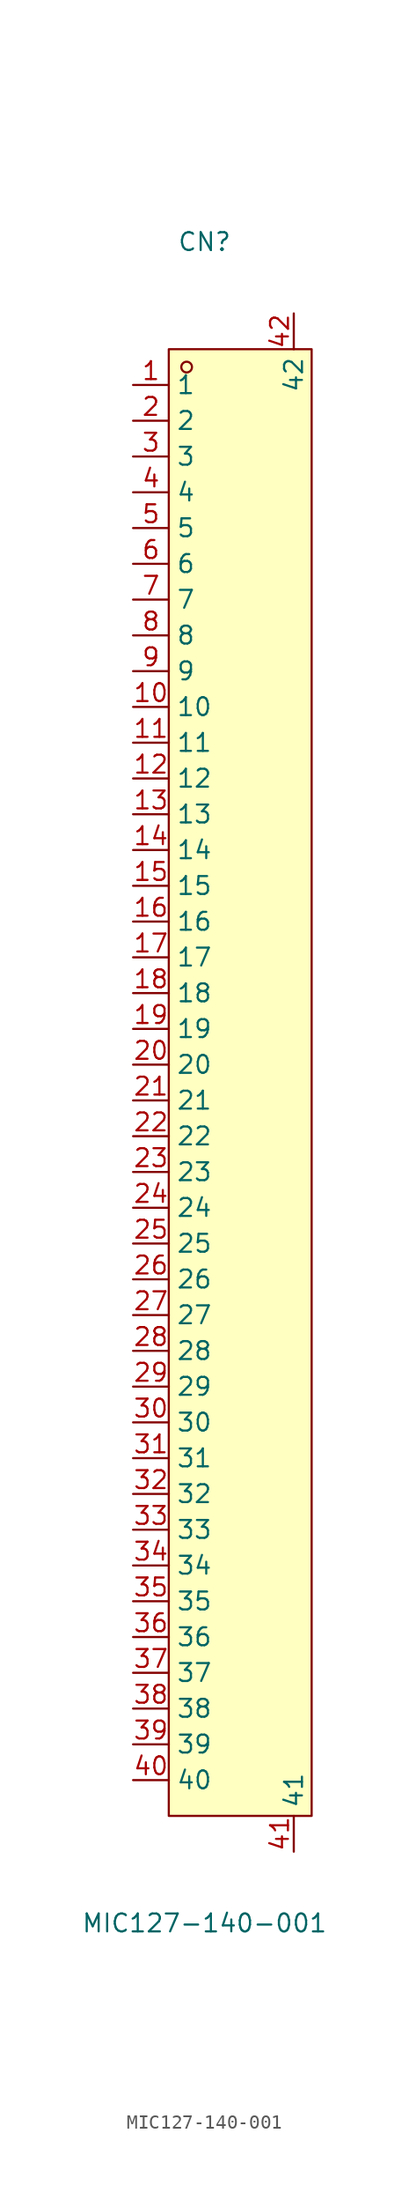
<source format=kicad_sym>
(kicad_symbol_lib
  (version 20211014)
  (generator https://github.com/uPesy/easyeda2kicad.py)
  (symbol "MIC127-140-001"
    (property "Reference" "CN"
      (at 0 59.69 0)
      (effects (font (size 1.27 1.27))))
    (property "Value" "MIC127-140-001"
      (at 0 -59.69 0)
      (effects (font (size 1.27 1.27))))
    (symbol "MIC127-140-001_0_1"
      (rectangle (start -2.54 52.07) (end 7.62 -52.07) (stroke (width 0) (type default) (color 0 0 0 0)) (fill (type background)))
      (circle (center -1.27 50.80) (radius 0.38) (stroke (width 0) (type default) (color 0 0 0 0)) (fill (type none)))
      (pin unspecified line (at -5.08 49.53 0) (length 2.54) (name "1" (effects (font (size 1.27 1.27)))) (number "1" (effects (font (size 1.27 1.27)))))
      (pin unspecified line (at -5.08 46.99 0) (length 2.54) (name "2" (effects (font (size 1.27 1.27)))) (number "2" (effects (font (size 1.27 1.27)))))
      (pin unspecified line (at -5.08 44.45 0) (length 2.54) (name "3" (effects (font (size 1.27 1.27)))) (number "3" (effects (font (size 1.27 1.27)))))
      (pin unspecified line (at -5.08 41.91 0) (length 2.54) (name "4" (effects (font (size 1.27 1.27)))) (number "4" (effects (font (size 1.27 1.27)))))
      (pin unspecified line (at -5.08 39.37 0) (length 2.54) (name "5" (effects (font (size 1.27 1.27)))) (number "5" (effects (font (size 1.27 1.27)))))
      (pin unspecified line (at -5.08 36.83 0) (length 2.54) (name "6" (effects (font (size 1.27 1.27)))) (number "6" (effects (font (size 1.27 1.27)))))
      (pin unspecified line (at -5.08 34.29 0) (length 2.54) (name "7" (effects (font (size 1.27 1.27)))) (number "7" (effects (font (size 1.27 1.27)))))
      (pin unspecified line (at -5.08 31.75 0) (length 2.54) (name "8" (effects (font (size 1.27 1.27)))) (number "8" (effects (font (size 1.27 1.27)))))
      (pin unspecified line (at -5.08 29.21 0) (length 2.54) (name "9" (effects (font (size 1.27 1.27)))) (number "9" (effects (font (size 1.27 1.27)))))
      (pin unspecified line (at -5.08 26.67 0) (length 2.54) (name "10" (effects (font (size 1.27 1.27)))) (number "10" (effects (font (size 1.27 1.27)))))
      (pin unspecified line (at -5.08 24.13 0) (length 2.54) (name "11" (effects (font (size 1.27 1.27)))) (number "11" (effects (font (size 1.27 1.27)))))
      (pin unspecified line (at -5.08 21.59 0) (length 2.54) (name "12" (effects (font (size 1.27 1.27)))) (number "12" (effects (font (size 1.27 1.27)))))
      (pin unspecified line (at -5.08 19.05 0) (length 2.54) (name "13" (effects (font (size 1.27 1.27)))) (number "13" (effects (font (size 1.27 1.27)))))
      (pin unspecified line (at -5.08 16.51 0) (length 2.54) (name "14" (effects (font (size 1.27 1.27)))) (number "14" (effects (font (size 1.27 1.27)))))
      (pin unspecified line (at -5.08 13.97 0) (length 2.54) (name "15" (effects (font (size 1.27 1.27)))) (number "15" (effects (font (size 1.27 1.27)))))
      (pin unspecified line (at -5.08 11.43 0) (length 2.54) (name "16" (effects (font (size 1.27 1.27)))) (number "16" (effects (font (size 1.27 1.27)))))
      (pin unspecified line (at -5.08 8.89 0) (length 2.54) (name "17" (effects (font (size 1.27 1.27)))) (number "17" (effects (font (size 1.27 1.27)))))
      (pin unspecified line (at -5.08 6.35 0) (length 2.54) (name "18" (effects (font (size 1.27 1.27)))) (number "18" (effects (font (size 1.27 1.27)))))
      (pin unspecified line (at -5.08 3.81 0) (length 2.54) (name "19" (effects (font (size 1.27 1.27)))) (number "19" (effects (font (size 1.27 1.27)))))
      (pin unspecified line (at -5.08 1.27 0) (length 2.54) (name "20" (effects (font (size 1.27 1.27)))) (number "20" (effects (font (size 1.27 1.27)))))
      (pin unspecified line (at -5.08 -1.27 0) (length 2.54) (name "21" (effects (font (size 1.27 1.27)))) (number "21" (effects (font (size 1.27 1.27)))))
      (pin unspecified line (at -5.08 -3.81 0) (length 2.54) (name "22" (effects (font (size 1.27 1.27)))) (number "22" (effects (font (size 1.27 1.27)))))
      (pin unspecified line (at -5.08 -6.35 0) (length 2.54) (name "23" (effects (font (size 1.27 1.27)))) (number "23" (effects (font (size 1.27 1.27)))))
      (pin unspecified line (at -5.08 -8.89 0) (length 2.54) (name "24" (effects (font (size 1.27 1.27)))) (number "24" (effects (font (size 1.27 1.27)))))
      (pin unspecified line (at -5.08 -11.43 0) (length 2.54) (name "25" (effects (font (size 1.27 1.27)))) (number "25" (effects (font (size 1.27 1.27)))))
      (pin unspecified line (at -5.08 -13.97 0) (length 2.54) (name "26" (effects (font (size 1.27 1.27)))) (number "26" (effects (font (size 1.27 1.27)))))
      (pin unspecified line (at -5.08 -16.51 0) (length 2.54) (name "27" (effects (font (size 1.27 1.27)))) (number "27" (effects (font (size 1.27 1.27)))))
      (pin unspecified line (at -5.08 -19.05 0) (length 2.54) (name "28" (effects (font (size 1.27 1.27)))) (number "28" (effects (font (size 1.27 1.27)))))
      (pin unspecified line (at -5.08 -21.59 0) (length 2.54) (name "29" (effects (font (size 1.27 1.27)))) (number "29" (effects (font (size 1.27 1.27)))))
      (pin unspecified line (at -5.08 -24.13 0) (length 2.54) (name "30" (effects (font (size 1.27 1.27)))) (number "30" (effects (font (size 1.27 1.27)))))
      (pin unspecified line (at -5.08 -26.67 0) (length 2.54) (name "31" (effects (font (size 1.27 1.27)))) (number "31" (effects (font (size 1.27 1.27)))))
      (pin unspecified line (at -5.08 -29.21 0) (length 2.54) (name "32" (effects (font (size 1.27 1.27)))) (number "32" (effects (font (size 1.27 1.27)))))
      (pin unspecified line (at -5.08 -31.75 0) (length 2.54) (name "33" (effects (font (size 1.27 1.27)))) (number "33" (effects (font (size 1.27 1.27)))))
      (pin unspecified line (at -5.08 -34.29 0) (length 2.54) (name "34" (effects (font (size 1.27 1.27)))) (number "34" (effects (font (size 1.27 1.27)))))
      (pin unspecified line (at -5.08 -36.83 0) (length 2.54) (name "35" (effects (font (size 1.27 1.27)))) (number "35" (effects (font (size 1.27 1.27)))))
      (pin unspecified line (at -5.08 -39.37 0) (length 2.54) (name "36" (effects (font (size 1.27 1.27)))) (number "36" (effects (font (size 1.27 1.27)))))
      (pin unspecified line (at -5.08 -41.91 0) (length 2.54) (name "37" (effects (font (size 1.27 1.27)))) (number "37" (effects (font (size 1.27 1.27)))))
      (pin unspecified line (at -5.08 -44.45 0) (length 2.54) (name "38" (effects (font (size 1.27 1.27)))) (number "38" (effects (font (size 1.27 1.27)))))
      (pin unspecified line (at -5.08 -46.99 0) (length 2.54) (name "39" (effects (font (size 1.27 1.27)))) (number "39" (effects (font (size 1.27 1.27)))))
      (pin unspecified line (at -5.08 -49.53 0) (length 2.54) (name "40" (effects (font (size 1.27 1.27)))) (number "40" (effects (font (size 1.27 1.27)))))
      (pin unspecified line (at 6.35 -54.61 90) (length 2.54) (name "41" (effects (font (size 1.27 1.27)))) (number "41" (effects (font (size 1.27 1.27)))))
      (pin unspecified line (at 6.35 54.61 270) (length 2.54) (name "42" (effects (font (size 1.27 1.27)))) (number "42" (effects (font (size 1.27 1.27))))))))
</source>
